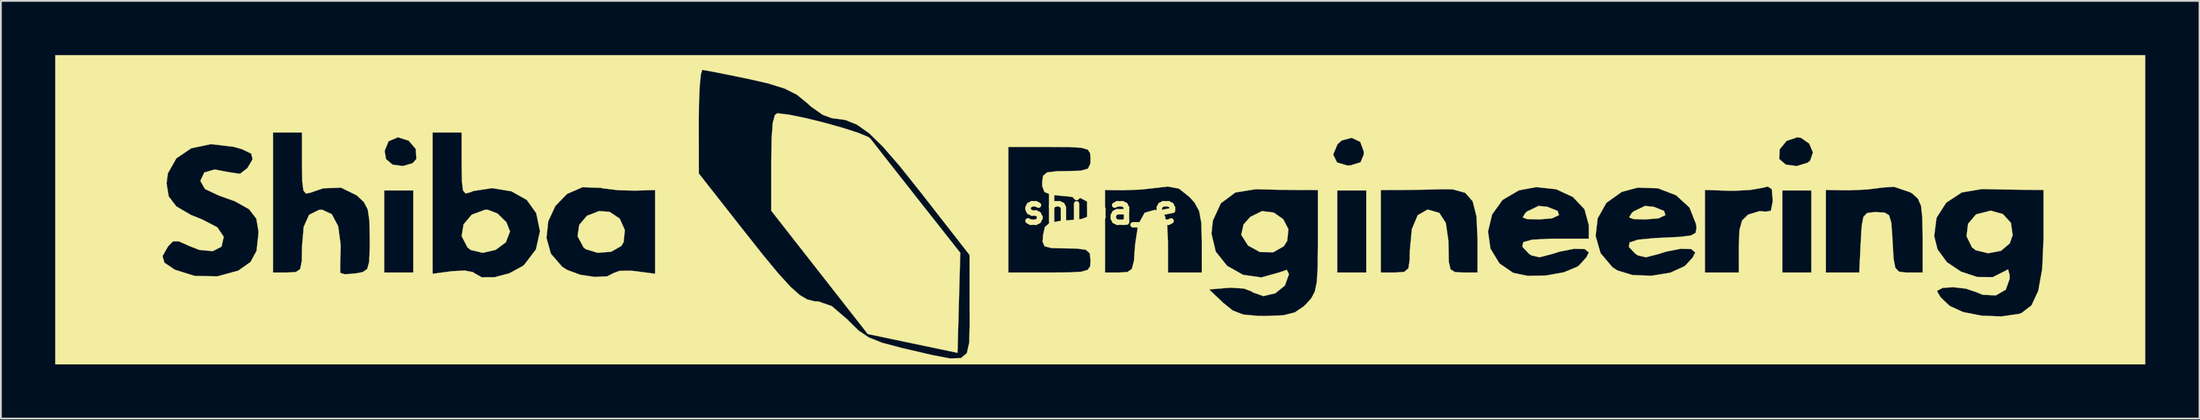
<source format=kicad_pcb>
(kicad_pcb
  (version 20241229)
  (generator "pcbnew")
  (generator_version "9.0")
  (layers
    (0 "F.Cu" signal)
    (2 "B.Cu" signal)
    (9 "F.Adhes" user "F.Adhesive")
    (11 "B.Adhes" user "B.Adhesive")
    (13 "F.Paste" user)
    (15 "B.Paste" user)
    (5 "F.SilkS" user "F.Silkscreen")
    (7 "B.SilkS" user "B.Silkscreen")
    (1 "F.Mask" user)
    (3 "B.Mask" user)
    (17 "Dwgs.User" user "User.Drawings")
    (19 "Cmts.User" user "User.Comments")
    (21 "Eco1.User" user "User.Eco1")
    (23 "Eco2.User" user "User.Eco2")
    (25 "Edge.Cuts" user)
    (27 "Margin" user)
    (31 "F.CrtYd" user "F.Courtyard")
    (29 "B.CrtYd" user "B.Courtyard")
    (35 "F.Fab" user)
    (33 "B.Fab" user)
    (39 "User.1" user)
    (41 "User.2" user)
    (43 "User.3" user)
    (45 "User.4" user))
  (footprint "shiba_e"
    (layer "F.Cu")
    (at 57.757 8.561)
    (property "Reference" "shiba_e" (at 0 0 0) (layer "F.SilkS") (effects (font (size 1.524 1.524) (thickness 0.3))))
    (attr through_hole)
    (fp_poly (pts (xy 24.709 -0.163) (xy 25.28 0.066) (xy 25.356 0.298) (xy 24.975 0.474) (xy 24.273 0.535) (xy 23.588 0.517) (xy 23.352 0.426) (xy 23.476 0.209) (xy 23.582 0.099) (xy 24.227 -0.21) (xy 24.709 -0.163)) (stroke (width 0.01) (type solid)) (fill yes) (layer "F.SilkS"))
    (fp_poly (pts (xy 30.591 -0.163) (xy 31.162 0.066) (xy 31.238 0.298) (xy 30.857 0.474) (xy 30.155 0.535) (xy 29.471 0.517) (xy 29.234 0.426) (xy 29.358 0.209) (xy 29.464 0.099) (xy 30.11 -0.21) (xy 30.591 -0.163)) (stroke (width 0.01) (type solid)) (fill yes) (layer "F.SilkS"))
    (fp_poly (pts (xy 9.589 0.155) (xy 10.115 0.524) (xy 10.403 1.082) (xy 10.334 1.723) (xy 10.148 2.02) (xy 9.564 2.355) (xy 8.824 2.342) (xy 8.174 1.986) (xy 7.794 1.391) (xy 7.922 0.814) (xy 8.297 0.394) (xy 8.943 0.076) (xy 9.589 0.155)) (stroke (width 0.01) (type solid)) (fill yes) (layer "F.SilkS"))
    (fp_poly (pts (xy -33.307 0.21) (xy -32.818 0.693) (xy -32.619 1.203) (xy -32.849 1.802) (xy -33.413 2.22) (xy -34.122 2.386) (xy -34.785 2.23) (xy -34.972 2.085) (xy -35.292 1.462) (xy -35.187 0.809) (xy -34.737 0.275) (xy -34.021 0.008) (xy -33.859 0) (xy -33.307 0.21)) (stroke (width 0.01) (type solid)) (fill yes) (layer "F.SilkS"))
    (fp_poly (pts (xy -27.117 0.115) (xy -26.557 0.49) (xy -26.273 1.125) (xy -26.341 1.795) (xy -26.472 2.009) (xy -27.028 2.325) (xy -27.776 2.386) (xy -28.434 2.183) (xy -28.555 2.085) (xy -28.887 1.464) (xy -28.794 0.838) (xy -28.367 0.333) (xy -27.698 0.076) (xy -27.117 0.115)) (stroke (width 0.01) (type solid)) (fill yes) (layer "F.SilkS"))
    (fp_poly (pts (xy 49.888 0.24) (xy 50.333 0.725) (xy 50.429 1.402) (xy 50.271 1.861) (xy 49.786 2.273) (xy 49.077 2.409) (xy 48.392 2.243) (xy 48.18 2.085) (xy 47.881 1.468) (xy 47.963 0.78) (xy 48.395 0.267) (xy 48.419 0.254) (xy 49.212 0.05) (xy 49.888 0.24)) (stroke (width 0.01) (type solid)) (fill yes) (layer "F.SilkS"))
    (fp_poly (pts (xy -17.206 -5.263) (xy -16.293 -5.077) (xy -15.253 -4.821) (xy -14.231 -4.535) (xy -13.373 -4.257) (xy -12.822 -4.028) (xy -12.708 -3.945) (xy -12.449 -3.61) (xy -11.927 -2.943) (xy -11.21 -2.03) (xy -10.368 -0.959) (xy -10.084 -0.597) (xy -7.735 2.385) (xy -7.887 7.921) (xy -10.366 7.401) (xy -12.844 6.882) (xy -15.512 3.469) (xy -18.181 0.057) (xy -18.181 -2.645) (xy -18.161 -3.964) (xy -18.097 -4.81) (xy -17.98 -5.246) (xy -17.847 -5.341) (xy -17.206 -5.263)) (stroke (width 0.01) (type solid)) (fill yes) (layer "F.SilkS"))
    (fp_poly (pts (xy 57.752 8.556) (xy -57.752 8.556) (xy -57.752 2.565) (xy -51.825 2.565) (xy -51.721 2.93) (xy -51.167 3.305) (xy -51.134 3.323) (xy -50.038 3.666) (xy -48.789 3.686) (xy -47.666 3.38) (xy -47.611 3.352) (xy -46.961 2.895) (xy -46.627 2.276) (xy -46.523 1.326) (xy -46.522 1.187) (xy -46.639 0.494) (xy -47.046 -0.033) (xy -47.833 -0.472) (xy -48.728 -0.793) (xy -49.479 -1.149) (xy -49.73 -1.594) (xy -49.731 -1.605) (xy -49.515 -2.064) (xy -48.941 -2.228) (xy -48.134 -2.075) (xy -47.544 -1.988) (xy -47.136 -2.302) (xy -47.132 -2.308) (xy -46.847 -2.793) (xy -46.921 -3.106) (xy -47.422 -3.348) (xy -47.895 -3.485) (xy -49.148 -3.632) (xy -50.233 -3.403) (xy -51.057 -2.849) (xy -51.528 -2.019) (xy -51.602 -1.457) (xy -51.482 -0.736) (xy -51.062 -0.185) (xy -50.251 0.288) (xy -49.625 0.541) (xy -48.795 0.972) (xy -48.452 1.48) (xy -48.445 1.521) (xy -48.567 2.048) (xy -49.051 2.292) (xy -49.79 2.225) (xy -50.33 2.013) (xy -50.922 1.75) (xy -51.251 1.753) (xy -51.519 2.029) (xy -51.531 2.046) (xy -51.825 2.565) (xy -57.752 2.565) (xy -57.752 -4.278) (xy -45.72 -4.278) (xy -45.72 3.476) (xy -44.918 3.476) (xy -44.453 3.449) (xy -44.215 3.281) (xy -44.128 2.836) (xy -44.116 2.059) (xy -44.022 0.944) (xy -43.722 0.28) (xy -43.186 0.012) (xy -43.002 0) (xy -42.469 0.244) (xy -42.115 0.918) (xy -41.979 1.938) (xy -41.983 2.224) (xy -42.004 2.954) (xy -42.006 3.43) (xy -42.002 3.496) (xy -41.754 3.57) (xy -41.19 3.535) (xy -41.175 3.533) (xy -40.752 3.451) (xy -40.512 3.277) (xy -40.403 2.885) (xy -40.374 2.149) (xy -40.373 1.593) (xy -40.392 0.6) (xy -40.484 -0.02) (xy -40.696 -0.428) (xy -41.078 -0.783) (xy -41.104 -0.804) (xy -41.646 -1.069) (xy -39.571 -1.069) (xy -39.571 3.476) (xy -37.966 3.476) (xy -37.966 -1.069) (xy -39.571 -1.069) (xy -41.646 -1.069) (xy -41.958 -1.222) (xy -42.943 -1.186) (xy -43.648 -0.945) (xy -43.898 -0.892) (xy -44.039 -1.071) (xy -44.102 -1.582) (xy -44.116 -2.511) (xy -44.116 -3.26) (xy -39.549 -3.26) (xy -39.474 -2.807) (xy -39.113 -2.497) (xy -38.534 -2.42) (xy -37.998 -2.577) (xy -37.794 -2.811) (xy -37.826 -3.362) (xy -38.224 -3.824) (xy -38.81 -4.011) (xy -39.33 -3.793) (xy -39.549 -3.26) (xy -44.116 -3.26) (xy -44.116 -4.278) (xy -36.897 -4.278) (xy -36.897 3.546) (xy -35.827 3.403) (xy -35.12 3.367) (xy -34.665 3.453) (xy -34.608 3.501) (xy -34.18 3.739) (xy -33.47 3.735) (xy -32.659 3.52) (xy -31.925 3.121) (xy -31.837 3.051) (xy -31.187 2.197) (xy -31.044 1.554) (xy -30.605 1.554) (xy -30.362 2.432) (xy -29.734 3.158) (xy -29.456 3.334) (xy -28.739 3.598) (xy -27.937 3.72) (xy -27.251 3.688) (xy -26.886 3.501) (xy -26.551 3.381) (xy -25.9 3.378) (xy -25.667 3.403) (xy -24.598 3.546) (xy -24.598 -1.091) (xy -25.734 -1.059) (xy -26.652 -1.083) (xy -27.476 -1.184) (xy -27.608 -1.213) (xy -28.618 -1.246) (xy -29.468 -0.875) (xy -30.112 -0.21) (xy -30.506 0.636) (xy -30.605 1.554) (xy -31.044 1.554) (xy -30.963 1.189) (xy -31.171 0.187) (xy -31.691 -0.542) (xy -32.539 -1.02) (xy -33.604 -1.196) (xy -34.641 -1.038) (xy -34.825 -0.963) (xy -35.075 -0.899) (xy -35.216 -1.067) (xy -35.278 -1.569) (xy -35.293 -2.504) (xy -35.293 -4.278) (xy -36.897 -4.278) (xy -44.116 -4.278) (xy -45.72 -4.278) (xy -57.752 -4.278) (xy -57.752 -4.879) (xy -22.187 -4.879) (xy -22.183 -2.005) (xy -19.772 1.069) (xy -18.651 2.485) (xy -17.791 3.527) (xy -17.133 4.251) (xy -16.621 4.712) (xy -16.196 4.966) (xy -15.799 5.068) (xy -15.57 5.08) (xy -14.838 5.333) (xy -13.964 6.084) (xy -13.911 6.141) (xy -13.354 6.689) (xy -12.791 7.07) (xy -12.061 7.362) (xy -11.003 7.645) (xy -10.677 7.721) (xy -9.268 8.049) (xy -8.304 8.232) (xy -7.699 8.215) (xy -7.372 7.941) (xy -7.238 7.353) (xy -7.215 6.397) (xy -7.219 5.397) (xy -7.219 4.412) (xy 6.016 4.412) (xy 6.79 5.147) (xy 7.325 5.578) (xy 7.895 5.8) (xy 8.707 5.877) (xy 9.142 5.882) (xy 10.115 5.843) (xy 10.75 5.686) (xy 11.239 5.356) (xy 11.375 5.226) (xy 11.669 4.896) (xy 11.859 4.533) (xy 11.968 4.018) (xy 12.018 3.232) (xy 12.031 2.056) (xy 12.032 1.739) (xy 12.032 -1.069) (xy 13.101 -1.069) (xy 13.101 3.476) (xy 14.705 3.476) (xy 14.705 -1.069) (xy 13.101 -1.069) (xy 12.032 -1.069) (xy 12.032 -1.091) (xy 15.507 -1.091) (xy 15.507 3.476) (xy 16.309 3.476) (xy 16.8 3.442) (xy 17.034 3.244) (xy 17.107 2.737) (xy 17.112 2.255) (xy 17.224 1.067) (xy 17.548 0.303) (xy 18.067 0.003) (xy 18.137 0) (xy 18.74 0.173) (xy 19.099 0.728) (xy 19.244 1.719) (xy 19.251 2.059) (xy 19.265 2.88) (xy 19.361 3.3) (xy 19.613 3.454) (xy 20.053 3.476) (xy 20.855 3.476) (xy 20.855 1.655) (xy 20.834 1.202) (xy 21.434 1.202) (xy 21.565 2.149) (xy 22.064 2.972) (xy 22.822 3.493) (xy 23.624 3.659) (xy 24.633 3.641) (xy 25.622 3.465) (xy 26.363 3.157) (xy 26.472 3.072) (xy 26.869 2.637) (xy 27.004 2.365) (xy 26.777 2.176) (xy 26.191 2.163) (xy 25.392 2.319) (xy 24.969 2.454) (xy 24.279 2.632) (xy 23.824 2.525) (xy 23.68 2.421) (xy 23.326 2.042) (xy 23.381 1.794) (xy 23.882 1.656) (xy 24.868 1.606) (xy 25.133 1.604) (xy 27.004 1.604) (xy 27.004 1.455) (xy 27.381 1.455) (xy 27.652 2.403) (xy 28.312 3.183) (xy 28.578 3.358) (xy 29.422 3.616) (xy 30.472 3.654) (xy 31.501 3.487) (xy 32.28 3.133) (xy 32.354 3.072) (xy 32.751 2.637) (xy 32.886 2.365) (xy 32.659 2.176) (xy 32.073 2.163) (xy 31.274 2.319) (xy 30.851 2.454) (xy 30.162 2.632) (xy 29.706 2.525) (xy 29.562 2.421) (xy 29.219 2.059) (xy 29.255 1.814) (xy 29.718 1.659) (xy 30.653 1.569) (xy 31.082 1.549) (xy 32.079 1.5) (xy 32.651 1.424) (xy 32.906 1.278) (xy 32.955 1.016) (xy 32.933 0.802) (xy 32.568 -0.122) (xy 31.826 -0.803) (xy 31.064 -1.096) (xy 33.421 -1.096) (xy 33.421 3.476) (xy 35.293 3.476) (xy 35.293 2.015) (xy 35.33 1.119) (xy 35.473 0.599) (xy 35.772 0.3) (xy 35.848 0.256) (xy 36.439 0.078) (xy 36.784 0.105) (xy 37.061 0.059) (xy 37.162 -0.417) (xy 37.164 -0.574) (xy 37.124 -1.069) (xy 37.699 -1.069) (xy 37.699 3.476) (xy 39.303 3.476) (xy 39.303 -1.069) (xy 37.699 -1.069) (xy 37.124 -1.069) (xy 37.121 -1.094) (xy 40.105 -1.094) (xy 40.105 3.476) (xy 41.951 3.476) (xy 42.031 1.805) (xy 42.085 0.894) (xy 42.18 0.394) (xy 42.382 0.182) (xy 42.755 0.134) (xy 42.913 0.134) (xy 43.351 0.156) (xy 43.598 0.305) (xy 43.719 0.703) (xy 43.778 1.475) (xy 43.794 1.805) (xy 43.849 2.715) (xy 43.944 3.215) (xy 44.145 3.427) (xy 44.516 3.475) (xy 44.663 3.476) (xy 45.453 3.476) (xy 45.453 1.477) (xy 45.452 1.46) (xy 46.092 1.46) (xy 46.277 2.193) (xy 46.791 2.9) (xy 47.578 3.428) (xy 48.478 3.723) (xy 49.33 3.73) (xy 49.944 3.422) (xy 50.177 3.299) (xy 50.261 3.62) (xy 50.265 3.818) (xy 50.049 4.426) (xy 49.5 4.743) (xy 48.766 4.706) (xy 48.436 4.568) (xy 47.848 4.37) (xy 47.16 4.288) (xy 46.567 4.324) (xy 46.264 4.482) (xy 46.255 4.526) (xy 46.446 4.846) (xy 46.911 5.289) (xy 46.959 5.328) (xy 47.688 5.664) (xy 48.716 5.865) (xy 49.817 5.906) (xy 50.769 5.767) (xy 50.922 5.716) (xy 51.468 5.296) (xy 51.844 4.493) (xy 52.063 3.263) (xy 52.137 1.561) (xy 52.137 1.471) (xy 52.137 -1.094) (xy 51.001 -1.105) (xy 49.933 -1.121) (xy 48.84 -1.144) (xy 48.736 -1.147) (xy 47.618 -0.957) (xy 46.754 -0.39) (xy 46.22 0.45) (xy 46.092 1.46) (xy 45.452 1.46) (xy 45.437 0.436) (xy 45.366 -0.21) (xy 45.2 -0.603) (xy 44.902 -0.881) (xy 44.785 -0.96) (xy 43.869 -1.273) (xy 43.247 -1.228) (xy 42.391 -1.121) (xy 41.405 -1.076) (xy 41.242 -1.076) (xy 40.105 -1.094) (xy 37.121 -1.094) (xy 37.118 -1.133) (xy 36.902 -1.284) (xy 36.563 -1.205) (xy 35.93 -1.096) (xy 35.048 -1.049) (xy 34.691 -1.054) (xy 33.421 -1.096) (xy 31.064 -1.096) (xy 30.827 -1.188) (xy 29.694 -1.223) (xy 28.826 -0.988) (xy 27.976 -0.382) (xy 27.492 0.479) (xy 27.381 1.455) (xy 27.004 1.455) (xy 27.004 0.849) (xy 26.765 -0.027) (xy 26.124 -0.707) (xy 25.198 -1.135) (xy 24.101 -1.253) (xy 23.147 -1.076) (xy 22.234 -0.542) (xy 21.66 0.261) (xy 21.434 1.202) (xy 20.834 1.202) (xy 20.797 0.372) (xy 20.587 -0.466) (xy 20.171 -0.938) (xy 19.493 -1.126) (xy 18.948 -1.136) (xy 17.877 -1.11) (xy 16.781 -1.095) (xy 16.644 -1.094) (xy 15.507 -1.091) (xy 12.032 -1.091) (xy 10.895 -1.094) (xy 9.839 -1.106) (xy 8.732 -1.132) (xy 8.587 -1.136) (xy 7.469 -0.954) (xy 6.665 -0.356) (xy 6.222 0.61) (xy 6.149 1.328) (xy 6.386 2.321) (xy 7.011 3.104) (xy 7.895 3.604) (xy 8.908 3.747) (xy 9.91 3.466) (xy 10.314 3.328) (xy 10.427 3.56) (xy 10.427 3.581) (xy 10.208 4.196) (xy 9.675 4.625) (xy 9.02 4.781) (xy 8.43 4.575) (xy 8.377 4.527) (xy 7.943 4.362) (xy 7.231 4.316) (xy 7.054 4.326) (xy 6.016 4.412) (xy -7.219 4.412) (xy -7.219 2.506) (xy -9.913 -0.953) (xy -11.079 -2.416) (xy -11.997 -3.476) (xy -5.08 -3.476) (xy -5.08 3.476) (xy -2.807 3.476) (xy -1.707 3.47) (xy -1.035 3.43) (xy -0.687 3.327) (xy -0.555 3.128) (xy -0.535 2.807) (xy -0.577 2.413) (xy -0.796 2.214) (xy -1.326 2.146) (xy -1.889 2.139) (xy -2.685 2.123) (xy -3.074 2.024) (xy -3.185 1.77) (xy -3.159 1.404) (xy -3.058 0.956) (xy -2.791 0.724) (xy -2.207 0.617) (xy -1.788 0.586) (xy -1.016 0.51) (xy -0.652 0.366) (xy -0.568 0.082) (xy -0.585 -0.082) (xy -0.72 -0.45) (xy -1.085 -0.646) (xy -1.824 -0.742) (xy -1.938 -0.75) (xy -2.709 -0.828) (xy -3.084 -0.985) (xy -3.124 -1.091) (xy 0.267 -1.091) (xy 0.267 3.476) (xy 1.056 3.476) (xy 1.504 3.448) (xy 1.748 3.277) (xy 1.863 2.835) (xy 1.924 1.991) (xy 1.925 1.966) (xy 2.095 0.819) (xy 2.457 0.167) (xy 3.016 0.007) (xy 3.306 0.083) (xy 3.564 0.315) (xy 3.7 0.836) (xy 3.743 1.763) (xy 3.743 1.863) (xy 3.743 3.476) (xy 5.615 3.476) (xy 5.615 1.726) (xy 5.587 0.722) (xy 5.468 0.073) (xy 5.21 -0.399) (xy 4.931 -0.708) (xy 4.352 -1.169) (xy 3.745 -1.284) (xy 3.26 -1.229) (xy 2.263 -1.118) (xy 1.27 -1.079) (xy 0.267 -1.091) (xy -3.124 -1.091) (xy -3.202 -1.302) (xy -3.208 -1.485) (xy -3.163 -1.873) (xy -2.936 -2.067) (xy -2.39 -2.133) (xy -1.872 -2.139) (xy -1.078 -2.161) (xy -0.682 -2.271) (xy -0.547 -2.539) (xy -0.535 -2.807) (xy -0.551 -3.054) (xy 12.875 -3.054) (xy 13.089 -2.616) (xy 13.674 -2.445) (xy 13.835 -2.455) (xy 14.386 -2.625) (xy 14.464 -2.811) (xy 37.527 -2.811) (xy 37.893 -2.497) (xy 38.495 -2.42) (xy 39.084 -2.595) (xy 39.237 -2.715) (xy 39.391 -3.174) (xy 39.183 -3.666) (xy 38.73 -3.981) (xy 38.524 -4.011) (xy 37.933 -3.81) (xy 37.549 -3.339) (xy 37.527 -2.811) (xy 14.464 -2.811) (xy 14.567 -3.057) (xy 14.572 -3.208) (xy 14.372 -3.757) (xy 13.899 -3.983) (xy 13.344 -3.834) (xy 13.115 -3.626) (xy 12.875 -3.054) (xy -0.551 -3.054) (xy -0.556 -3.131) (xy -0.689 -3.329) (xy -1.04 -3.431) (xy -1.716 -3.47) (xy -2.807 -3.476) (xy -5.08 -3.476) (xy -11.997 -3.476) (xy -12.012 -3.494) (xy -12.779 -4.241) (xy -13.447 -4.714) (xy -14.082 -4.969) (xy -14.753 -5.062) (xy -14.826 -5.065) (xy -15.332 -5.252) (xy -15.976 -5.704) (xy -16.207 -5.913) (xy -16.762 -6.366) (xy -17.433 -6.707) (xy -18.368 -6.997) (xy -19.428 -7.239) (xy -20.497 -7.459) (xy -21.362 -7.631) (xy -21.894 -7.73) (xy -21.991 -7.743) (xy -22.072 -7.498) (xy -22.137 -6.828) (xy -22.177 -5.84) (xy -22.187 -4.879) (xy -57.752 -4.879) (xy -57.752 -8.556) (xy 57.752 -8.556) (xy 57.752 8.556)) (stroke (width 0.01) (type solid)) (fill yes) (layer "F.SilkS")))
  (gr_rect
    (start -3 -3)
    (end 118.513 20.122)
    (stroke (width 0.1) (type default))
    (fill no)
    (layer "Edge.Cuts")))
</source>
